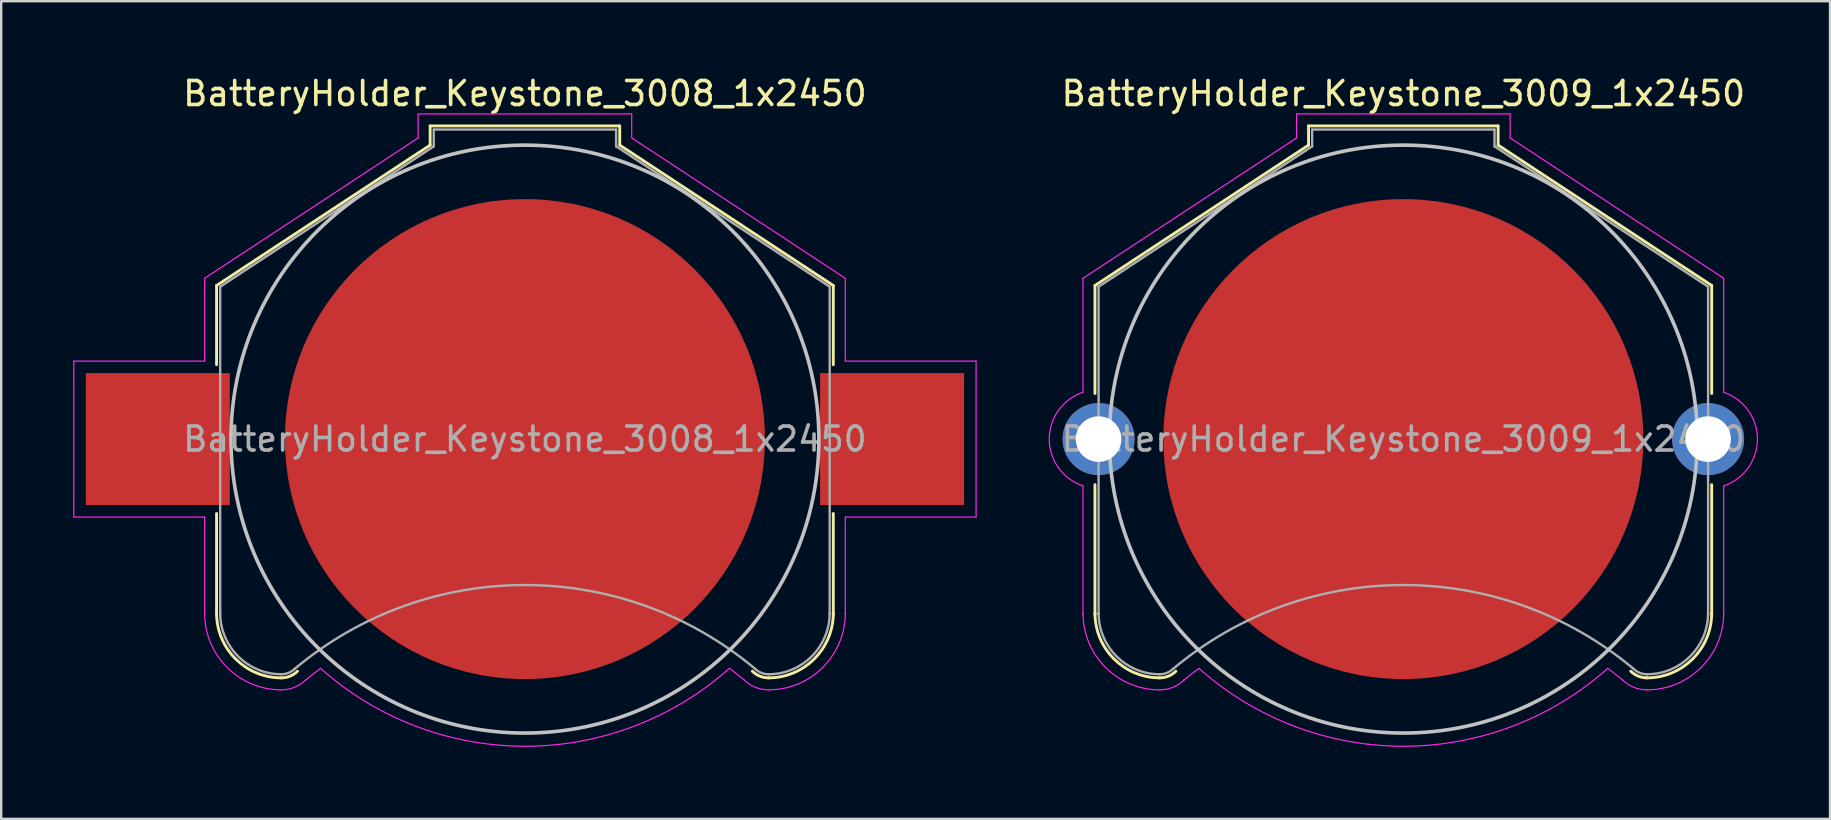
<source format=kicad_pcb>
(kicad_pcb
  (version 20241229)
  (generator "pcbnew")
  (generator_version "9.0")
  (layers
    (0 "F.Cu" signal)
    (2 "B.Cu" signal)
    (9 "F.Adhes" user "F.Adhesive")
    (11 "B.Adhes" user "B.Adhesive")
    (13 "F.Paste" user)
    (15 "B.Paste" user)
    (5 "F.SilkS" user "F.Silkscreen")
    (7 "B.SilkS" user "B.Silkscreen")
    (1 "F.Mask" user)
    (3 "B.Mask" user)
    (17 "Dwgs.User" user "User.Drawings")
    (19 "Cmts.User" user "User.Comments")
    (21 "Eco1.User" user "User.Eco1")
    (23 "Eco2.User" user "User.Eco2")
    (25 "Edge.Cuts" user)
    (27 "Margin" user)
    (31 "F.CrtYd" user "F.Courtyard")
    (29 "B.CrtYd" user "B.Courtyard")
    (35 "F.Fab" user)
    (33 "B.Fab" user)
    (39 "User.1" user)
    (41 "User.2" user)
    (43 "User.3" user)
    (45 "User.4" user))
  (footprint "BatteryHolder_Keystone_3009_1x2450"
    (layer "F.Cu")
    (at 55.43 15.248)
    (property "Reference" "BatteryHolder_Keystone_3009_1x2450" (at 0 -14.4 0) (layer "F.SilkS") (effects (font (size 1 1) (thickness 0.15))))
    (attr through_hole)
    (fp_line (start -12.85 -6.4) (end -12.85 -1.9) (stroke (width 0.12) (type solid)) (layer "F.SilkS"))
    (fp_line (start -12.85 1.9) (end -12.85 7.3) (stroke (width 0.12) (type solid)) (layer "F.SilkS"))
    (fp_line (start -3.95 -13.05) (end -3.95 -12.25) (stroke (width 0.12) (type solid)) (layer "F.SilkS"))
    (fp_line (start -3.95 -13.05) (end 3.95 -13.05) (stroke (width 0.12) (type solid)) (layer "F.SilkS"))
    (fp_line (start -3.95 -12.25) (end -12.85 -6.4) (stroke (width 0.12) (type solid)) (layer "F.SilkS"))
    (fp_line (start 3.95 -13.05) (end 3.95 -12.25) (stroke (width 0.12) (type solid)) (layer "F.SilkS"))
    (fp_line (start 3.95 -12.25) (end 12.85 -6.4) (stroke (width 0.12) (type solid)) (layer "F.SilkS"))
    (fp_line (start 12.85 -6.4) (end 12.85 -1.9) (stroke (width 0.12) (type solid)) (layer "F.SilkS"))
    (fp_line (start 12.85 1.9) (end 12.85 7.3) (stroke (width 0.12) (type solid)) (layer "F.SilkS"))
    (fp_arc (start -10.15 9.95) (mid -12.059188 9.159188) (end -12.85 7.25) (stroke (width 0.12) (type solid)) (layer "F.SilkS"))
    (fp_arc (start -9.478249 9.671751) (mid -9.786451 9.877685) (end -10.15 9.95) (stroke (width 0.12) (type solid)) (layer "F.SilkS"))
    (fp_arc (start 10.15 9.95) (mid 9.786451 9.877686) (end 9.478249 9.671751) (stroke (width 0.12) (type solid)) (layer "F.SilkS"))
    (fp_arc (start 12.85 7.25) (mid 12.059188 9.159188) (end 10.15 9.95) (stroke (width 0.12) (type solid)) (layer "F.SilkS"))
    (fp_circle (center 0 0) (end 12.25 0) (stroke (width 0.15) (type solid)) (fill no) (layer "Dwgs.User"))
    (fp_line (start -13.35 -6.7) (end -13.35 -1.95) (stroke (width 0.05) (type solid)) (layer "F.CrtYd"))
    (fp_line (start -13.35 1.95) (end -13.35 7.3) (stroke (width 0.05) (type solid)) (layer "F.CrtYd"))
    (fp_line (start -4.45 -13.55) (end -4.45 -12.55) (stroke (width 0.05) (type solid)) (layer "F.CrtYd"))
    (fp_line (start -4.45 -13.55) (end 4.45 -13.55) (stroke (width 0.05) (type solid)) (layer "F.CrtYd"))
    (fp_line (start -4.45 -12.55) (end -13.35 -6.7) (stroke (width 0.05) (type solid)) (layer "F.CrtYd"))
    (fp_line (start 4.45 -13.55) (end 4.45 -12.55) (stroke (width 0.05) (type solid)) (layer "F.CrtYd"))
    (fp_line (start 4.45 -12.55) (end 13.35 -6.7) (stroke (width 0.05) (type solid)) (layer "F.CrtYd"))
    (fp_line (start 13.35 -6.7) (end 13.35 -1.95) (stroke (width 0.05) (type solid)) (layer "F.CrtYd"))
    (fp_line (start 13.35 1.95) (end 13.35 7.3) (stroke (width 0.05) (type solid)) (layer "F.CrtYd"))
    (fp_arc (start -13.35 1.95) (mid -14.755479 0.002334) (end -13.354426 -1.948519) (stroke (width 0.05) (type solid)) (layer "F.CrtYd"))
    (fp_arc (start -10.15 10.45) (mid -12.412742 9.512742) (end -13.35 7.25) (stroke (width 0.05) (type solid)) (layer "F.CrtYd"))
    (fp_arc (start -9.15 10.05) (mid -8.840691 9.798786) (end -8.524488 9.556307) (stroke (width 0.05) (type solid)) (layer "F.CrtYd"))
    (fp_arc (start -9.124695 10.025305) (mid -9.595109 10.339626) (end -10.15 10.45) (stroke (width 0.05) (type solid)) (layer "F.CrtYd"))
    (fp_arc (start 0 12.8) (mid -4.55581 11.961797) (end -8.514949 9.556969) (stroke (width 0.05) (type solid)) (layer "F.CrtYd"))
    (fp_arc (start 8.514949 9.556969) (mid 4.55581 11.961798) (end 0 12.8) (stroke (width 0.05) (type solid)) (layer "F.CrtYd"))
    (fp_arc (start 8.524488 9.556307) (mid 8.840691 9.798786) (end 9.15 10.05) (stroke (width 0.05) (type solid)) (layer "F.CrtYd"))
    (fp_arc (start 10.15 10.45) (mid 9.595109 10.339625) (end 9.124695 10.025305) (stroke (width 0.05) (type solid)) (layer "F.CrtYd"))
    (fp_arc (start 13.35 7.25) (mid 12.412742 9.512742) (end 10.15 10.45) (stroke (width 0.05) (type solid)) (layer "F.CrtYd"))
    (fp_arc (start 13.354426 -1.948519) (mid 14.755479 0.002334) (end 13.35 1.95) (stroke (width 0.05) (type solid)) (layer "F.CrtYd"))
    (fp_line (start -12.7 -6.35) (end -12.7 7.3) (stroke (width 0.1) (type solid)) (layer "F.Fab"))
    (fp_line (start -3.8 -12.9) (end -3.8 -12.2) (stroke (width 0.1) (type solid)) (layer "F.Fab"))
    (fp_line (start -3.8 -12.9) (end 3.8 -12.9) (stroke (width 0.1) (type solid)) (layer "F.Fab"))
    (fp_line (start -3.8 -12.2) (end -12.7 -6.35) (stroke (width 0.1) (type solid)) (layer "F.Fab"))
    (fp_line (start 3.8 -12.9) (end 3.8 -12.2) (stroke (width 0.1) (type solid)) (layer "F.Fab"))
    (fp_line (start 3.8 -12.2) (end 12.7 -6.35) (stroke (width 0.1) (type solid)) (layer "F.Fab"))
    (fp_line (start 12.7 -6.35) (end 12.7 7.3) (stroke (width 0.1) (type solid)) (layer "F.Fab"))
    (fp_arc (start -10.15 9.8) (mid -11.953122 9.053122) (end -12.7 7.25) (stroke (width 0.1) (type solid)) (layer "F.Fab"))
    (fp_arc (start -9.6 9.58) (mid -0.013392 6.081011) (end 9.579482 9.562783) (stroke (width 0.1) (type solid)) (layer "F.Fab"))
    (fp_arc (start -9.584315 9.565685) (mid -9.843853 9.739103) (end -10.15 9.8) (stroke (width 0.1) (type solid)) (layer "F.Fab"))
    (fp_arc (start 10.15 9.8) (mid 9.843853 9.739104) (end 9.584315 9.565685) (stroke (width 0.1) (type solid)) (layer "F.Fab"))
    (fp_arc (start 12.7 7.25) (mid 11.953122 9.053122) (end 10.15 9.8) (stroke (width 0.1) (type solid)) (layer "F.Fab"))
    (fp_text user "${REFERENCE}" (at 0 0 0) (layer "F.Fab") (effects (font (size 1 1) (thickness 0.15))))
    (pad "1" thru_hole circle (at -12.7 0) (size 3 3) (drill 1.9) (layers "*.Cu" "*.Mask"))
    (pad "1" thru_hole circle (at 12.7 0) (size 3 3) (drill 1.9) (layers "*.Cu" "*.Mask"))
    (pad "2" smd circle (at 0 0) (size 20 20) (layers "F.Cu" "F.Mask")))
  (footprint "BatteryHolder_Keystone_3008_1x2450"
    (layer "F.Cu")
    (at 18.825 15.248)
    (property "Reference" "BatteryHolder_Keystone_3008_1x2450" (at 0 -14.4 0) (layer "F.SilkS") (effects (font (size 1 1) (thickness 0.15))))
    (attr smd)
    (fp_line (start -12.85 -6.4) (end -12.85 -3.1) (stroke (width 0.12) (type solid)) (layer "F.SilkS"))
    (fp_line (start -12.85 3.1) (end -12.85 7.3) (stroke (width 0.12) (type solid)) (layer "F.SilkS"))
    (fp_line (start -3.95 -13.05) (end -3.95 -12.25) (stroke (width 0.12) (type solid)) (layer "F.SilkS"))
    (fp_line (start -3.95 -13.05) (end 3.95 -13.05) (stroke (width 0.12) (type solid)) (layer "F.SilkS"))
    (fp_line (start -3.95 -12.25) (end -12.85 -6.4) (stroke (width 0.12) (type solid)) (layer "F.SilkS"))
    (fp_line (start 3.95 -13.05) (end 3.95 -12.25) (stroke (width 0.12) (type solid)) (layer "F.SilkS"))
    (fp_line (start 3.95 -12.25) (end 12.85 -6.4) (stroke (width 0.12) (type solid)) (layer "F.SilkS"))
    (fp_line (start 12.85 -6.4) (end 12.85 -3.1) (stroke (width 0.12) (type solid)) (layer "F.SilkS"))
    (fp_line (start 12.85 3.1) (end 12.85 7.3) (stroke (width 0.12) (type solid)) (layer "F.SilkS"))
    (fp_arc (start -10.15 9.95) (mid -12.059188 9.159188) (end -12.85 7.25) (stroke (width 0.12) (type solid)) (layer "F.SilkS"))
    (fp_arc (start -9.478249 9.671751) (mid -9.786451 9.877685) (end -10.15 9.95) (stroke (width 0.12) (type solid)) (layer "F.SilkS"))
    (fp_arc (start 10.15 9.95) (mid 9.786451 9.877686) (end 9.478249 9.671751) (stroke (width 0.12) (type solid)) (layer "F.SilkS"))
    (fp_arc (start 12.85 7.25) (mid 12.059188 9.159188) (end 10.15 9.95) (stroke (width 0.12) (type solid)) (layer "F.SilkS"))
    (fp_circle (center 0 0) (end 12.25 0) (stroke (width 0.15) (type solid)) (fill no) (layer "Dwgs.User"))
    (fp_line (start -18.8 -3.25) (end -18.8 3.25) (stroke (width 0.05) (type solid)) (layer "F.CrtYd"))
    (fp_line (start -18.8 3.25) (end -13.35 3.25) (stroke (width 0.05) (type solid)) (layer "F.CrtYd"))
    (fp_line (start -13.35 -6.7) (end -13.35 -3.25) (stroke (width 0.05) (type solid)) (layer "F.CrtYd"))
    (fp_line (start -13.35 -3.25) (end -18.8 -3.25) (stroke (width 0.05) (type solid)) (layer "F.CrtYd"))
    (fp_line (start -13.35 3.25) (end -13.35 7.3) (stroke (width 0.05) (type solid)) (layer "F.CrtYd"))
    (fp_line (start -4.45 -13.55) (end -4.45 -12.55) (stroke (width 0.05) (type solid)) (layer "F.CrtYd"))
    (fp_line (start -4.45 -13.55) (end 4.45 -13.55) (stroke (width 0.05) (type solid)) (layer "F.CrtYd"))
    (fp_line (start -4.45 -12.55) (end -13.35 -6.7) (stroke (width 0.05) (type solid)) (layer "F.CrtYd"))
    (fp_line (start 4.45 -13.55) (end 4.45 -12.55) (stroke (width 0.05) (type solid)) (layer "F.CrtYd"))
    (fp_line (start 4.45 -12.55) (end 13.35 -6.7) (stroke (width 0.05) (type solid)) (layer "F.CrtYd"))
    (fp_line (start 13.35 -6.7) (end 13.35 -3.25) (stroke (width 0.05) (type solid)) (layer "F.CrtYd"))
    (fp_line (start 13.35 -3.25) (end 18.8 -3.25) (stroke (width 0.05) (type solid)) (layer "F.CrtYd"))
    (fp_line (start 13.35 3.25) (end 13.35 7.3) (stroke (width 0.05) (type solid)) (layer "F.CrtYd"))
    (fp_line (start 18.8 -3.25) (end 18.8 3.25) (stroke (width 0.05) (type solid)) (layer "F.CrtYd"))
    (fp_line (start 18.8 3.25) (end 13.35 3.25) (stroke (width 0.05) (type solid)) (layer "F.CrtYd"))
    (fp_arc (start -10.15 10.45) (mid -12.412742 9.512742) (end -13.35 7.25) (stroke (width 0.05) (type solid)) (layer "F.CrtYd"))
    (fp_arc (start -9.15 10.05) (mid -8.840691 9.798786) (end -8.524488 9.556307) (stroke (width 0.05) (type solid)) (layer "F.CrtYd"))
    (fp_arc (start -9.124695 10.025305) (mid -9.595109 10.339626) (end -10.15 10.45) (stroke (width 0.05) (type solid)) (layer "F.CrtYd"))
    (fp_arc (start 0 12.8) (mid -4.55581 11.961797) (end -8.514949 9.556969) (stroke (width 0.05) (type solid)) (layer "F.CrtYd"))
    (fp_arc (start 8.514949 9.556969) (mid 4.55581 11.961798) (end 0 12.8) (stroke (width 0.05) (type solid)) (layer "F.CrtYd"))
    (fp_arc (start 8.524488 9.556307) (mid 8.840691 9.798786) (end 9.15 10.05) (stroke (width 0.05) (type solid)) (layer "F.CrtYd"))
    (fp_arc (start 10.15 10.45) (mid 9.595109 10.339625) (end 9.124695 10.025305) (stroke (width 0.05) (type solid)) (layer "F.CrtYd"))
    (fp_arc (start 13.35 7.25) (mid 12.412742 9.512742) (end 10.15 10.45) (stroke (width 0.05) (type solid)) (layer "F.CrtYd"))
    (fp_line (start -12.7 -6.35) (end -12.7 7.3) (stroke (width 0.1) (type solid)) (layer "F.Fab"))
    (fp_line (start -3.8 -12.9) (end -3.8 -12.2) (stroke (width 0.1) (type solid)) (layer "F.Fab"))
    (fp_line (start -3.8 -12.9) (end 3.8 -12.9) (stroke (width 0.1) (type solid)) (layer "F.Fab"))
    (fp_line (start -3.8 -12.2) (end -12.7 -6.35) (stroke (width 0.1) (type solid)) (layer "F.Fab"))
    (fp_line (start 3.8 -12.9) (end 3.8 -12.2) (stroke (width 0.1) (type solid)) (layer "F.Fab"))
    (fp_line (start 3.8 -12.2) (end 12.7 -6.35) (stroke (width 0.1) (type solid)) (layer "F.Fab"))
    (fp_line (start 12.7 -6.35) (end 12.7 7.3) (stroke (width 0.1) (type solid)) (layer "F.Fab"))
    (fp_arc (start -10.15 9.8) (mid -11.953122 9.053122) (end -12.7 7.25) (stroke (width 0.1) (type solid)) (layer "F.Fab"))
    (fp_arc (start -9.6 9.58) (mid -0.013392 6.081011) (end 9.579482 9.562783) (stroke (width 0.1) (type solid)) (layer "F.Fab"))
    (fp_arc (start -9.584315 9.565685) (mid -9.843853 9.739103) (end -10.15 9.8) (stroke (width 0.1) (type solid)) (layer "F.Fab"))
    (fp_arc (start 10.15 9.8) (mid 9.843853 9.739104) (end 9.584315 9.565685) (stroke (width 0.1) (type solid)) (layer "F.Fab"))
    (fp_arc (start 12.7 7.25) (mid 11.953122 9.053122) (end 10.15 9.8) (stroke (width 0.1) (type solid)) (layer "F.Fab"))
    (fp_text user "${REFERENCE}" (at 0 0 0) (layer "F.Fab") (effects (font (size 1 1) (thickness 0.15))))
    (pad "1" smd rect (at -15.3 0) (size 6 5.5) (layers "F.Cu" "F.Mask" "F.Paste"))
    (pad "1" smd rect (at 15.3 0) (size 6 5.5) (layers "F.Cu" "F.Mask" "F.Paste"))
    (pad "2" smd circle (at 0 0) (size 20 20) (layers "F.Cu" "F.Mask")))
  (gr_rect
    (start -3 -3)
    (end 73.211 31.073)
    (stroke (width 0.1) (type default))
    (fill no)
    (layer "Edge.Cuts")))
</source>
